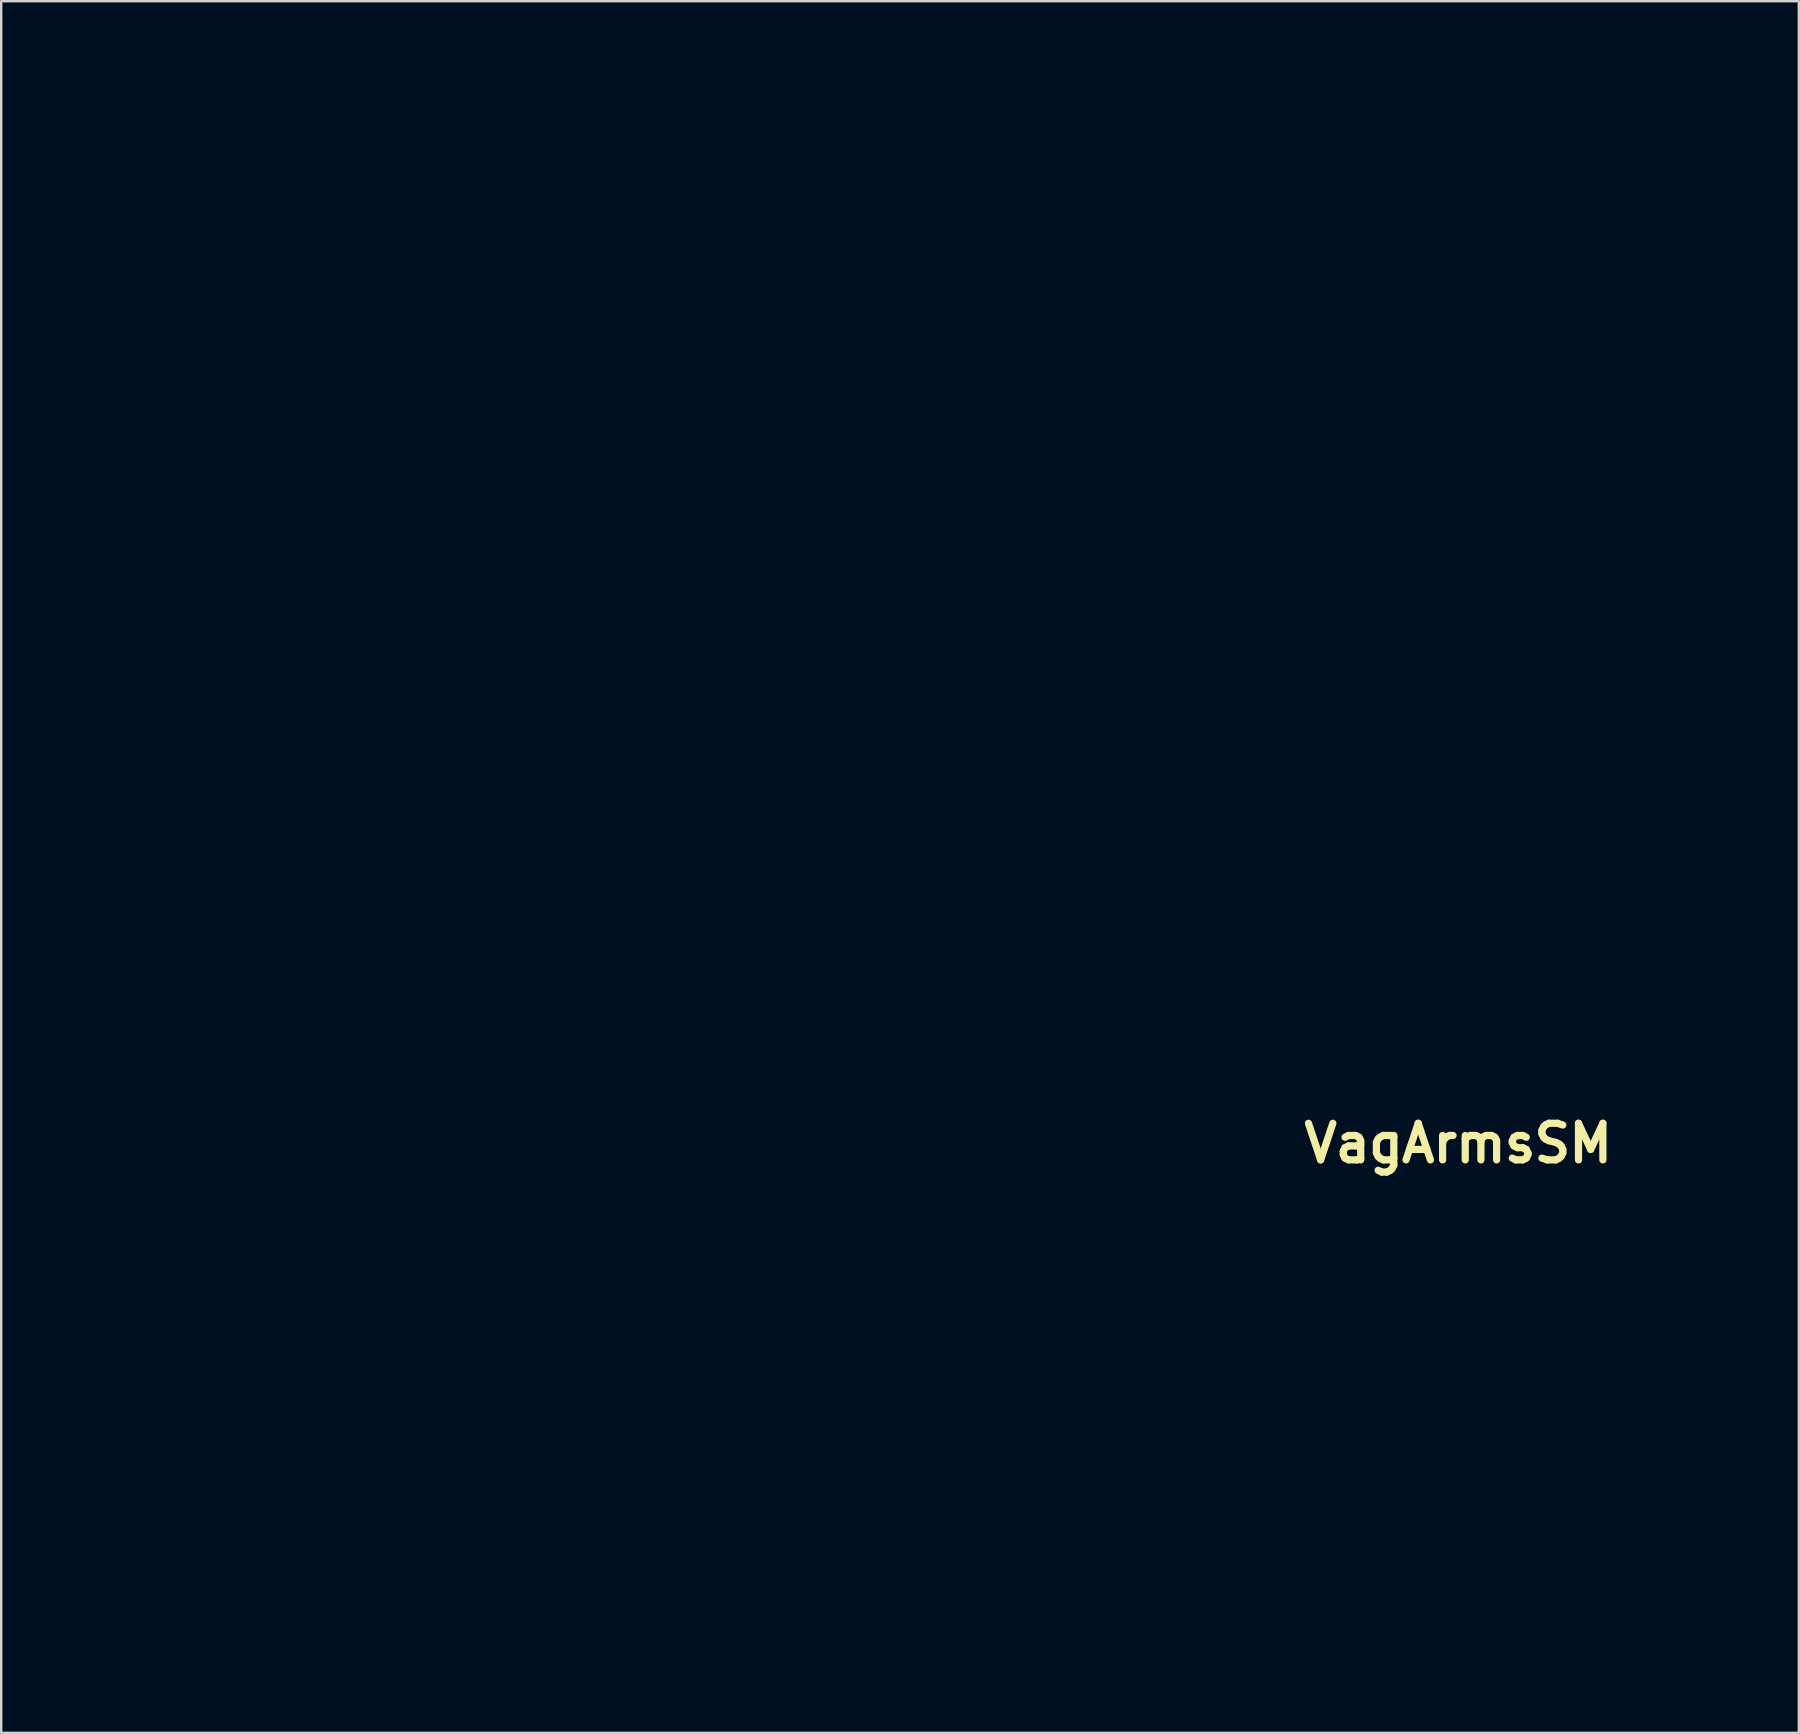
<source format=kicad_pcb>
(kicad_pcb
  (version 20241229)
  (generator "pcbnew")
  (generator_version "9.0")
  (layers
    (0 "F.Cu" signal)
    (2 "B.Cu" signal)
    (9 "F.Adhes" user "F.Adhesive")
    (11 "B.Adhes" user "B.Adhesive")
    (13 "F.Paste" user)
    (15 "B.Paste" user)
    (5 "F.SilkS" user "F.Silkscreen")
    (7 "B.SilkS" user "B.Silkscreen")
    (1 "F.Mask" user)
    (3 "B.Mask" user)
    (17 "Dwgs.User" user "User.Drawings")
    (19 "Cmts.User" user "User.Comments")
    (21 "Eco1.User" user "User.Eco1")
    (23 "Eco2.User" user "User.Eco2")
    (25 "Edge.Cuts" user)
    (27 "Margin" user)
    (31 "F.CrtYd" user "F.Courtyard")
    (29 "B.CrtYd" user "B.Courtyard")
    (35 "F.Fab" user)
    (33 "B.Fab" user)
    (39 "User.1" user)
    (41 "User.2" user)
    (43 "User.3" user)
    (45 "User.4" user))
  (footprint "VagArmsSM"
    (layer "F.Cu")
    (at 33.896 30.076)
    (property "Reference" "VagArmsSM" (at 23.8 14.5 0) (layer "F.SilkS") (effects (font (size 1.524 1.524) (thickness 0.3))))
    (attr board_only exclude_from_pos_files exclude_from_bom)
    (fp_poly (pts (xy 1.052 -30.009) (xy 2.562 -29.822) (xy 4.058 -29.515) (xy 4.128 -29.498) (xy 4.823 -29.315) (xy 5.44 -29.134) (xy 6.008 -28.943) (xy 6.555 -28.731) (xy 7.111 -28.486) (xy 7.705 -28.197) (xy 8.365 -27.853) (xy 8.606 -27.722) (xy 9.328 -27.327) (xy 9.952 -26.974) (xy 10.499 -26.653) (xy 10.984 -26.352) (xy 11.427 -26.061) (xy 11.846 -25.769) (xy 12.179 -25.524) (xy 12.559 -25.241) (xy 12.859 -25.023) (xy 13.097 -24.86) (xy 13.294 -24.739) (xy 13.469 -24.647) (xy 13.641 -24.573) (xy 13.811 -24.511) (xy 14.153 -24.417) (xy 14.613 -24.331) (xy 15.192 -24.251) (xy 15.892 -24.178) (xy 16.715 -24.112) (xy 17.662 -24.053) (xy 18.542 -24.008) (xy 19.03 -23.981) (xy 19.424 -23.949) (xy 19.756 -23.906) (xy 20.059 -23.848) (xy 20.288 -23.794) (xy 20.603 -23.717) (xy 20.994 -23.63) (xy 21.411 -23.541) (xy 21.806 -23.464) (xy 21.812 -23.462) (xy 22.635 -23.3) (xy 23.353 -23.142) (xy 23.988 -22.981) (xy 24.562 -22.813) (xy 25.098 -22.631) (xy 25.463 -22.492) (xy 26.361 -22.101) (xy 27.148 -21.688) (xy 27.819 -21.254) (xy 28.309 -20.86) (xy 28.615 -20.55) (xy 28.963 -20.136) (xy 29.346 -19.634) (xy 29.754 -19.056) (xy 30.18 -18.417) (xy 30.614 -17.729) (xy 31.049 -17.006) (xy 31.475 -16.263) (xy 31.884 -15.512) (xy 32.269 -14.768) (xy 32.619 -14.043) (xy 32.768 -13.716) (xy 33.167 -12.812) (xy 33.511 -12.004) (xy 33.805 -11.277) (xy 34.053 -10.614) (xy 34.261 -9.999) (xy 34.432 -9.418) (xy 34.573 -8.853) (xy 34.687 -8.29) (xy 34.78 -7.713) (xy 34.856 -7.104) (xy 34.894 -6.737) (xy 34.977 -5.552) (xy 34.986 -4.464) (xy 34.921 -3.466) (xy 34.781 -2.55) (xy 34.566 -1.709) (xy 34.343 -1.096) (xy 34.103 -0.598) (xy 33.778 -0.041) (xy 33.381 0.553) (xy 32.929 1.165) (xy 32.436 1.774) (xy 31.916 2.361) (xy 31.529 2.762) (xy 30.927 3.331) (xy 30.296 3.86) (xy 29.618 4.362) (xy 28.874 4.849) (xy 28.047 5.334) (xy 27.118 5.83) (xy 26.86 5.96) (xy 26.278 6.248) (xy 25.786 6.479) (xy 25.365 6.66) (xy 24.996 6.796) (xy 24.658 6.895) (xy 24.334 6.963) (xy 24.002 7.005) (xy 23.644 7.03) (xy 23.607 7.031) (xy 23.066 7.032) (xy 22.47 6.994) (xy 21.842 6.922) (xy 21.207 6.821) (xy 20.588 6.695) (xy 20.009 6.549) (xy 19.496 6.389) (xy 19.072 6.218) (xy 18.877 6.116) (xy 18.545 5.868) (xy 18.206 5.519) (xy 17.875 5.093) (xy 17.568 4.612) (xy 17.3 4.103) (xy 17.086 3.587) (xy 16.954 3.141) (xy 16.885 2.87) (xy 16.812 2.625) (xy 16.75 2.45) (xy 16.734 2.416) (xy 16.685 2.339) (xy 16.615 2.276) (xy 16.507 2.221) (xy 16.346 2.171) (xy 16.116 2.121) (xy 15.799 2.065) (xy 15.381 2) (xy 15.145 1.965) (xy 14.599 1.878) (xy 14.058 1.78) (xy 13.546 1.675) (xy 13.09 1.569) (xy 12.712 1.468) (xy 12.474 1.39) (xy 12.268 1.3) (xy 12.099 1.189) (xy 11.952 1.039) (xy 11.816 0.83) (xy 11.675 0.544) (xy 11.516 0.162) (xy 11.449 -0.008) (xy 11.253 -0.546) (xy 11.109 -1.019) (xy 11.008 -1.474) (xy 10.938 -1.956) (xy 10.889 -2.508) (xy 10.877 -2.862) (xy 10.882 -3.255) (xy 10.902 -3.659) (xy 10.935 -4.048) (xy 10.978 -4.392) (xy 11.029 -4.664) (xy 11.086 -4.837) (xy 11.207 -4.995) (xy 11.388 -5.105) (xy 11.649 -5.173) (xy 12.006 -5.204) (xy 12.222 -5.207) (xy 12.827 -5.207) (xy 12.827 -5.769) (xy 12.848 -6.16) (xy 12.916 -6.448) (xy 13.042 -6.653) (xy 13.234 -6.793) (xy 13.369 -6.848) (xy 13.564 -6.885) (xy 13.839 -6.902) (xy 14.152 -6.9) (xy 14.456 -6.879) (xy 14.708 -6.84) (xy 14.774 -6.824) (xy 14.873 -6.818) (xy 14.934 -6.88) (xy 14.961 -7.025) (xy 14.956 -7.266) (xy 14.925 -7.596) (xy 14.903 -7.85) (xy 14.885 -8.197) (xy 14.87 -8.602) (xy 14.862 -9.03) (xy 14.86 -9.336) (xy 14.869 -9.965) (xy 14.903 -10.48) (xy 14.964 -10.893) (xy 15.057 -11.215) (xy 15.186 -11.458) (xy 15.355 -11.634) (xy 15.57 -11.753) (xy 15.782 -11.817) (xy 16.179 -11.859) (xy 16.515 -11.797) (xy 16.726 -11.677) (xy 16.855 -11.559) (xy 16.954 -11.419) (xy 17.037 -11.226) (xy 17.122 -10.95) (xy 17.154 -10.828) (xy 17.191 -10.667) (xy 17.219 -10.493) (xy 17.24 -10.287) (xy 17.255 -10.029) (xy 17.264 -9.701) (xy 17.269 -9.284) (xy 17.271 -8.76) (xy 17.271 -8.747) (xy 17.27 -8.212) (xy 17.272 -7.79) (xy 17.283 -7.469) (xy 17.312 -7.234) (xy 17.365 -7.072) (xy 17.449 -6.97) (xy 17.572 -6.914) (xy 17.742 -6.891) (xy 17.964 -6.887) (xy 18.248 -6.89) (xy 18.274 -6.89) (xy 18.704 -6.878) (xy 19.031 -6.833) (xy 19.27 -6.738) (xy 19.438 -6.58) (xy 19.55 -6.342) (xy 19.621 -6.009) (xy 19.668 -5.566) (xy 19.671 -5.524) (xy 19.717 -4.921) (xy 19.907 -4.938) (xy 20.217 -4.956) (xy 20.563 -4.96) (xy 20.909 -4.953) (xy 21.219 -4.934) (xy 21.454 -4.906) (xy 21.52 -4.891) (xy 21.734 -4.812) (xy 21.903 -4.694) (xy 22.032 -4.522) (xy 22.127 -4.282) (xy 22.195 -3.959) (xy 22.24 -3.538) (xy 22.27 -3.016) (xy 22.28 -2.602) (xy 22.273 -2.259) (xy 22.244 -1.935) (xy 22.189 -1.575) (xy 22.164 -1.434) (xy 22.061 -0.92) (xy 21.955 -0.515) (xy 21.834 -0.201) (xy 21.685 0.04) (xy 21.494 0.224) (xy 21.25 0.371) (xy 20.94 0.497) (xy 20.737 0.564) (xy 20.337 0.702) (xy 19.964 0.858) (xy 19.638 1.018) (xy 19.382 1.173) (xy 19.216 1.311) (xy 19.178 1.364) (xy 19.127 1.557) (xy 19.127 1.81) (xy 19.171 2.073) (xy 19.253 2.292) (xy 19.282 2.338) (xy 19.498 2.542) (xy 19.805 2.709) (xy 20.173 2.831) (xy 20.57 2.903) (xy 20.964 2.916) (xy 21.325 2.863) (xy 21.446 2.825) (xy 21.606 2.75) (xy 21.845 2.621) (xy 22.136 2.453) (xy 22.451 2.261) (xy 22.602 2.166) (xy 22.952 1.938) (xy 23.213 1.756) (xy 23.406 1.601) (xy 23.553 1.458) (xy 23.675 1.308) (xy 23.701 1.271) (xy 24.058 0.765) (xy 24.355 0.35) (xy 24.602 0.012) (xy 24.811 -0.264) (xy 24.992 -0.492) (xy 25.156 -0.685) (xy 25.314 -0.859) (xy 25.408 -0.958) (xy 26.056 -1.536) (xy 26.77 -2.006) (xy 27.546 -2.366) (xy 28.381 -2.613) (xy 28.512 -2.64) (xy 28.819 -2.705) (xy 29.088 -2.767) (xy 29.29 -2.819) (xy 29.397 -2.856) (xy 29.397 -2.856) (xy 29.579 -3.002) (xy 29.752 -3.222) (xy 29.88 -3.465) (xy 29.906 -3.542) (xy 29.964 -3.924) (xy 29.955 -4.369) (xy 29.886 -4.85) (xy 29.766 -5.341) (xy 29.602 -5.817) (xy 29.402 -6.25) (xy 29.174 -6.614) (xy 28.928 -6.883) (xy 28.875 -6.925) (xy 28.696 -7.032) (xy 28.447 -7.153) (xy 28.176 -7.262) (xy 28.145 -7.273) (xy 27.514 -7.507) (xy 26.986 -7.729) (xy 26.54 -7.949) (xy 26.155 -8.181) (xy 25.81 -8.435) (xy 25.519 -8.688) (xy 25.129 -9.091) (xy 24.711 -9.588) (xy 24.282 -10.156) (xy 23.857 -10.77) (xy 23.454 -11.406) (xy 23.087 -12.04) (xy 22.774 -12.648) (xy 22.541 -13.176) (xy 22.392 -13.575) (xy 22.277 -13.944) (xy 22.19 -14.314) (xy 22.126 -14.713) (xy 22.078 -15.174) (xy 22.041 -15.725) (xy 22.035 -15.843) (xy 22.013 -16.243) (xy 21.991 -16.62) (xy 21.97 -16.945) (xy 21.952 -17.195) (xy 21.938 -17.335) (xy 21.923 -17.501) (xy 21.902 -17.762) (xy 21.88 -18.088) (xy 21.857 -18.448) (xy 21.849 -18.592) (xy 21.827 -18.965) (xy 21.806 -19.237) (xy 21.781 -19.434) (xy 21.746 -19.582) (xy 21.698 -19.707) (xy 21.629 -19.835) (xy 21.581 -19.916) (xy 21.308 -20.284) (xy 20.943 -20.649) (xy 20.521 -20.986) (xy 20.073 -21.267) (xy 19.675 -21.45) (xy 19.298 -21.559) (xy 18.847 -21.642) (xy 18.376 -21.692) (xy 17.936 -21.702) (xy 17.757 -21.692) (xy 17.198 -21.619) (xy 16.691 -21.503) (xy 16.219 -21.334) (xy 15.762 -21.103) (xy 15.305 -20.799) (xy 14.83 -20.414) (xy 14.319 -19.936) (xy 13.929 -19.54) (xy 13.511 -19.097) (xy 13.138 -18.685) (xy 12.802 -18.29) (xy 12.494 -17.896) (xy 12.204 -17.492) (xy 11.924 -17.061) (xy 11.644 -16.59) (xy 11.356 -16.066) (xy 11.051 -15.472) (xy 10.719 -14.797) (xy 10.351 -14.024) (xy 10.167 -13.632) (xy 9.938 -13.149) (xy 9.702 -12.665) (xy 9.47 -12.204) (xy 9.254 -11.788) (xy 9.066 -11.439) (xy 8.917 -11.181) (xy 8.902 -11.156) (xy 8.681 -10.798) (xy 8.51 -10.509) (xy 8.371 -10.255) (xy 8.245 -9.999) (xy 8.114 -9.707) (xy 7.961 -9.344) (xy 7.904 -9.207) (xy 7.691 -8.674) (xy 7.503 -8.168) (xy 7.332 -7.659) (xy 7.168 -7.116) (xy 7 -6.508) (xy 6.828 -5.842) (xy 6.657 -5.155) (xy 6.517 -4.574) (xy 6.403 -4.08) (xy 6.314 -3.656) (xy 6.247 -3.285) (xy 6.198 -2.95) (xy 6.166 -2.633) (xy 6.146 -2.316) (xy 6.136 -1.982) (xy 6.133 -1.619) (xy 6.137 -1.13) (xy 6.15 -0.733) (xy 6.176 -0.391) (xy 6.216 -0.07) (xy 6.273 0.265) (xy 6.273 0.266) (xy 6.388 0.83) (xy 6.511 1.319) (xy 6.653 1.761) (xy 6.827 2.187) (xy 7.043 2.626) (xy 7.315 3.106) (xy 7.654 3.656) (xy 7.654 3.656) (xy 7.991 4.203) (xy 8.263 4.677) (xy 8.482 5.106) (xy 8.661 5.519) (xy 8.813 5.943) (xy 8.95 6.406) (xy 9.019 6.668) (xy 9.11 7.161) (xy 9.144 7.71) (xy 9.121 8.325) (xy 9.038 9.015) (xy 8.896 9.791) (xy 8.694 10.664) (xy 8.593 11.049) (xy 8.489 11.44) (xy 8.377 11.861) (xy 8.272 12.26) (xy 8.189 12.573) (xy 8.067 13.099) (xy 7.946 13.739) (xy 7.827 14.483) (xy 7.713 15.316) (xy 7.604 16.227) (xy 7.502 17.205) (xy 7.409 18.235) (xy 7.335 19.177) (xy 7.283 19.903) (xy 7.237 20.522) (xy 7.195 21.054) (xy 7.156 21.518) (xy 7.117 21.933) (xy 7.076 22.32) (xy 7.032 22.697) (xy 6.981 23.085) (xy 6.922 23.503) (xy 6.853 23.97) (xy 6.771 24.507) (xy 6.732 24.765) (xy 6.649 25.323) (xy 6.559 25.961) (xy 6.468 26.633) (xy 6.382 27.293) (xy 6.307 27.895) (xy 6.287 28.067) (xy 6.195 28.796) (xy 6.096 29.482) (xy 5.993 30.098) (xy 5.891 30.62) (xy 5.866 30.734) (xy 5.73 31.343) (xy 5.627 31.85) (xy 5.554 32.276) (xy 5.508 32.643) (xy 5.486 32.97) (xy 5.487 33.278) (xy 5.507 33.589) (xy 5.514 33.656) (xy 5.555 33.995) (xy 5.608 34.272) (xy 5.688 34.539) (xy 5.809 34.847) (xy 5.869 34.99) (xy 5.985 35.265) (xy 6.078 35.505) (xy 6.14 35.682) (xy 6.158 35.762) (xy 6.106 35.921) (xy 5.959 36.022) (xy 5.741 36.059) (xy 5.472 36.025) (xy 5.366 35.993) (xy 5.255 35.954) (xy 5.044 35.877) (xy 4.75 35.77) (xy 4.393 35.64) (xy 3.99 35.492) (xy 3.645 35.366) (xy 3.06 35.152) (xy 2.577 34.979) (xy 2.178 34.842) (xy 1.847 34.737) (xy 1.566 34.66) (xy 1.32 34.607) (xy 1.09 34.573) (xy 0.86 34.554) (xy 0.612 34.546) (xy 0.366 34.544) (xy -0.61 34.586) (xy -1.52 34.712) (xy -2.353 34.919) (xy -3.097 35.205) (xy -3.242 35.275) (xy -3.735 35.504) (xy -4.156 35.653) (xy -4.529 35.729) (xy -4.876 35.739) (xy -4.896 35.738) (xy -5.212 35.684) (xy -5.416 35.579) (xy -5.504 35.421) (xy -5.5 35.296) (xy -5.451 35.164) (xy -5.349 34.964) (xy -5.214 34.733) (xy -5.168 34.66) (xy -4.955 34.322) (xy -4.804 34.055) (xy -4.704 33.824) (xy -4.645 33.595) (xy -4.618 33.334) (xy -4.61 33.007) (xy -4.611 32.798) (xy -4.633 32.132) (xy -4.691 31.411) (xy -4.784 30.626) (xy -4.916 29.766) (xy -5.087 28.822) (xy -5.299 27.782) (xy -5.554 26.636) (xy -5.645 26.247) (xy -5.906 25.126) (xy -6.137 24.113) (xy -6.34 23.192) (xy -6.519 22.347) (xy -6.676 21.563) (xy -6.815 20.824) (xy -6.939 20.116) (xy -7.05 19.423) (xy -7.152 18.729) (xy -7.238 18.098) (xy -7.327 17.43) (xy -7.423 16.743) (xy -7.522 16.055) (xy -7.622 15.386) (xy -7.72 14.755) (xy -7.812 14.181) (xy -7.896 13.682) (xy -7.97 13.278) (xy -8.009 13.081) (xy -8.068 12.808) (xy -8.13 12.553) (xy -8.201 12.295) (xy -8.286 12.012) (xy -8.394 11.684) (xy -8.53 11.29) (xy -8.702 10.808) (xy -8.8 10.535) (xy -8.971 10.054) (xy -9.103 9.669) (xy -9.199 9.356) (xy -9.266 9.093) (xy -9.309 8.857) (xy -9.332 8.625) (xy -9.34 8.373) (xy -9.341 8.147) (xy -9.309 7.527) (xy -9.214 6.963) (xy -9.046 6.422) (xy -8.795 5.871) (xy -8.464 5.299) (xy -8.298 5.031) (xy -8.156 4.788) (xy -8.027 4.548) (xy -7.899 4.287) (xy -7.76 3.981) (xy -7.599 3.606) (xy -7.404 3.139) (xy -7.38 3.08) (xy -7.068 2.309) (xy -6.81 1.629) (xy -6.599 1.019) (xy -6.43 0.458) (xy -6.296 -0.075) (xy -6.191 -0.603) (xy -6.11 -1.145) (xy -6.057 -1.605) (xy -6.004 -2.344) (xy -5.986 -3.123) (xy -6.002 -3.919) (xy -6.049 -4.709) (xy -6.126 -5.471) (xy -6.231 -6.182) (xy -6.361 -6.818) (xy -6.516 -7.357) (xy -6.553 -7.461) (xy -6.678 -7.755) (xy -6.862 -8.13) (xy -7.092 -8.564) (xy -7.357 -9.033) (xy -7.472 -9.23) (xy -7.662 -9.562) (xy -7.89 -9.984) (xy -8.145 -10.471) (xy -8.414 -10.999) (xy -8.684 -11.541) (xy -8.943 -12.072) (xy -9.177 -12.567) (xy -9.374 -13) (xy -9.39 -13.039) (xy -9.563 -13.447) (xy -9.769 -13.954) (xy -9.998 -14.538) (xy -10.243 -15.179) (xy -10.497 -15.855) (xy -10.749 -16.544) (xy -10.954 -17.113) (xy -11.238 -17.878) (xy -11.513 -18.538) (xy -11.791 -19.114) (xy -12.084 -19.626) (xy -12.404 -20.094) (xy -12.762 -20.54) (xy -13.172 -20.983) (xy -13.291 -21.104) (xy -13.678 -21.463) (xy -14.044 -21.735) (xy -14.415 -21.93) (xy -14.82 -22.058) (xy -15.284 -22.132) (xy -15.837 -22.16) (xy -16.017 -22.162) (xy -16.705 -22.12) (xy -17.31 -21.996) (xy -17.825 -21.792) (xy -18.249 -21.51) (xy -18.574 -21.152) (xy -18.682 -20.978) (xy -18.745 -20.831) (xy -18.833 -20.58) (xy -18.941 -20.246) (xy -19.061 -19.846) (xy -19.188 -19.402) (xy -19.294 -19.018) (xy -19.51 -18.242) (xy -19.735 -17.483) (xy -19.964 -16.76) (xy -20.189 -16.092) (xy -20.406 -15.495) (xy -20.607 -14.989) (xy -20.766 -14.637) (xy -20.958 -14.287) (xy -21.214 -13.906) (xy -21.542 -13.482) (xy -21.95 -13.006) (xy -22.445 -12.469) (xy -22.826 -12.074) (xy -23.224 -11.672) (xy -23.566 -11.34) (xy -23.874 -11.064) (xy -24.169 -10.83) (xy -24.472 -10.624) (xy -24.805 -10.431) (xy -25.188 -10.238) (xy -25.644 -10.029) (xy -26.192 -9.791) (xy -26.31 -9.741) (xy -26.756 -9.549) (xy -27.107 -9.389) (xy -27.384 -9.248) (xy -27.61 -9.111) (xy -27.807 -8.965) (xy -27.997 -8.796) (xy -28.202 -8.588) (xy -28.307 -8.477) (xy -28.752 -7.95) (xy -29.08 -7.436) (xy -29.301 -6.915) (xy -29.422 -6.37) (xy -29.449 -5.781) (xy -29.442 -5.62) (xy -29.392 -5.068) (xy -29.309 -4.602) (xy -29.178 -4.194) (xy -28.988 -3.817) (xy -28.725 -3.444) (xy -28.377 -3.048) (xy -28.097 -2.762) (xy -27.68 -2.332) (xy -27.234 -1.838) (xy -26.785 -1.312) (xy -26.361 -0.787) (xy -25.988 -0.295) (xy -25.793 -0.018) (xy -25.554 0.367) (xy -25.306 0.823) (xy -25.075 1.298) (xy -24.887 1.742) (xy -24.873 1.78) (xy -24.61 2.379) (xy -24.305 2.869) (xy -23.948 3.266) (xy -23.526 3.583) (xy -23.463 3.622) (xy -23.136 3.743) (xy -22.735 3.768) (xy -22.268 3.699) (xy -21.745 3.537) (xy -21.173 3.283) (xy -21.168 3.281) (xy -20.821 3.085) (xy -20.58 2.891) (xy -20.428 2.67) (xy -20.348 2.396) (xy -20.321 2.041) (xy -20.32 1.968) (xy -20.337 1.612) (xy -20.389 1.367) (xy -20.48 1.223) (xy -20.556 1.18) (xy -20.673 1.155) (xy -20.876 1.121) (xy -21.124 1.086) (xy -21.168 1.081) (xy -21.72 0.95) (xy -22.22 0.708) (xy -22.661 0.364) (xy -23.035 -0.075) (xy -23.336 -0.6) (xy -23.557 -1.203) (xy -23.68 -1.802) (xy -23.712 -2.11) (xy -23.733 -2.486) (xy -23.743 -2.895) (xy -23.743 -3.303) (xy -23.732 -3.676) (xy -23.709 -3.98) (xy -23.689 -4.126) (xy -23.594 -4.386) (xy -23.417 -4.583) (xy -23.15 -4.72) (xy -22.784 -4.801) (xy -22.31 -4.831) (xy -22.193 -4.832) (xy -21.606 -4.827) (xy -21.567 -5.065) (xy -21.544 -5.271) (xy -21.529 -5.527) (xy -21.527 -5.652) (xy -21.507 -5.923) (xy -21.439 -6.138) (xy -21.303 -6.317) (xy -21.082 -6.484) (xy -20.759 -6.661) (xy -20.725 -6.678) (xy -20.455 -6.808) (xy -20.257 -6.888) (xy -20.089 -6.929) (xy -19.912 -6.941) (xy -19.735 -6.938) (xy -19.504 -6.933) (xy -19.367 -6.945) (xy -19.293 -6.983) (xy -19.25 -7.056) (xy -19.24 -7.083) (xy -19.191 -7.247) (xy -19.143 -7.488) (xy -19.095 -7.815) (xy -19.045 -8.24) (xy -18.992 -8.774) (xy -18.952 -9.207) (xy -18.89 -9.86) (xy -18.827 -10.397) (xy -18.76 -10.828) (xy -18.688 -11.164) (xy -18.607 -11.416) (xy -18.515 -11.595) (xy -18.409 -11.71) (xy -18.355 -11.746) (xy -18.236 -11.776) (xy -18.03 -11.799) (xy -17.775 -11.81) (xy -17.705 -11.811) (xy -17.309 -11.79) (xy -17.013 -11.72) (xy -16.793 -11.594) (xy -16.629 -11.402) (xy -16.607 -11.367) (xy -16.572 -11.3) (xy -16.544 -11.227) (xy -16.522 -11.131) (xy -16.506 -11) (xy -16.494 -10.819) (xy -16.486 -10.573) (xy -16.481 -10.25) (xy -16.479 -9.834) (xy -16.478 -9.312) (xy -16.478 -9.033) (xy -16.478 -6.921) (xy -16.173 -6.921) (xy -15.933 -6.905) (xy -15.65 -6.863) (xy -15.365 -6.803) (xy -15.116 -6.734) (xy -14.942 -6.664) (xy -14.909 -6.643) (xy -14.768 -6.46) (xy -14.688 -6.17) (xy -14.668 -5.876) (xy -14.668 -5.538) (xy -14.312 -5.533) (xy -13.965 -5.489) (xy -13.637 -5.375) (xy -13.371 -5.208) (xy -13.301 -5.141) (xy -13.264 -5.091) (xy -13.237 -5.021) (xy -13.217 -4.914) (xy -13.205 -4.754) (xy -13.198 -4.525) (xy -13.196 -4.21) (xy -13.199 -3.792) (xy -13.201 -3.561) (xy -13.206 -3.057) (xy -13.214 -2.654) (xy -13.227 -2.326) (xy -13.247 -2.044) (xy -13.276 -1.784) (xy -13.318 -1.518) (xy -13.375 -1.221) (xy -13.449 -0.865) (xy -13.458 -0.826) (xy -13.557 -0.37) (xy -13.642 -0.022) (xy -13.716 0.234) (xy -13.786 0.417) (xy -13.856 0.544) (xy -13.923 0.621) (xy -14.154 0.782) (xy -14.478 0.918) (xy -14.904 1.031) (xy -15.438 1.121) (xy -16.089 1.191) (xy -16.286 1.206) (xy -16.717 1.245) (xy -17.061 1.289) (xy -17.304 1.336) (xy -17.414 1.373) (xy -17.553 1.48) (xy -17.672 1.654) (xy -17.777 1.911) (xy -17.876 2.265) (xy -17.967 2.695) (xy -18.095 3.321) (xy -18.219 3.839) (xy -18.346 4.266) (xy -18.484 4.622) (xy -18.641 4.924) (xy -18.822 5.19) (xy -19.037 5.438) (xy -19.089 5.492) (xy -19.312 5.695) (xy -19.561 5.871) (xy -19.856 6.029) (xy -20.219 6.179) (xy -20.668 6.33) (xy -21.146 6.471) (xy -21.766 6.641) (xy -22.296 6.769) (xy -22.764 6.858) (xy -23.196 6.908) (xy -23.621 6.92) (xy -24.064 6.895) (xy -24.552 6.834) (xy -25.114 6.739) (xy -25.654 6.634) (xy -26.224 6.515) (xy -26.686 6.409) (xy -27.06 6.307) (xy -27.363 6.202) (xy -27.613 6.087) (xy -27.829 5.954) (xy -28.029 5.798) (xy -28.228 5.613) (xy -28.421 5.401) (xy -28.671 5.099) (xy -28.963 4.721) (xy -29.287 4.284) (xy -29.632 3.805) (xy -29.984 3.301) (xy -30.334 2.786) (xy -30.668 2.279) (xy -30.976 1.796) (xy -31.165 1.487) (xy -31.38 1.113) (xy -31.631 0.649) (xy -31.905 0.122) (xy -32.19 -0.442) (xy -32.471 -1.016) (xy -32.736 -1.573) (xy -32.97 -2.086) (xy -33.162 -2.529) (xy -33.166 -2.54) (xy -33.383 -3.077) (xy -33.551 -3.527) (xy -33.677 -3.917) (xy -33.768 -4.274) (xy -33.829 -4.623) (xy -33.867 -4.994) (xy -33.89 -5.412) (xy -33.893 -5.506) (xy -33.896 -6.127) (xy -33.862 -6.748) (xy -33.787 -7.382) (xy -33.67 -8.04) (xy -33.506 -8.735) (xy -33.292 -9.479) (xy -33.025 -10.284) (xy -32.703 -11.162) (xy -32.321 -12.126) (xy -31.902 -13.128) (xy -31.567 -13.896) (xy -31.248 -14.582) (xy -30.935 -15.203) (xy -30.617 -15.775) (xy -30.281 -16.313) (xy -29.917 -16.834) (xy -29.513 -17.354) (xy -29.059 -17.889) (xy -28.542 -18.454) (xy -27.952 -19.066) (xy -27.276 -19.741) (xy -27.169 -19.847) (xy -26.562 -20.439) (xy -26.026 -20.947) (xy -25.549 -21.383) (xy -25.115 -21.758) (xy -24.713 -22.081) (xy -24.329 -22.365) (xy -23.948 -22.621) (xy -23.558 -22.858) (xy -23.177 -23.07) (xy -22.522 -23.399) (xy -22.265 -23.512) (xy -9.675 -23.512) (xy -9.646 -23.472) (xy -9.523 -23.387) (xy -9.326 -23.271) (xy -9.105 -23.152) (xy -8.509 -22.819) (xy -7.955 -22.454) (xy -7.424 -22.043) (xy -6.899 -21.57) (xy -6.364 -21.021) (xy -5.801 -20.38) (xy -5.488 -20.001) (xy -5.186 -19.618) (xy -4.939 -19.268) (xy -4.738 -18.932) (xy -4.577 -18.588) (xy -4.449 -18.218) (xy -4.346 -17.8) (xy -4.262 -17.315) (xy -4.19 -16.743) (xy -4.126 -16.096) (xy -4.085 -15.69) (xy -4.038 -15.347) (xy -3.978 -15.046) (xy -3.896 -14.765) (xy -3.783 -14.483) (xy -3.63 -14.178) (xy -3.43 -13.828) (xy -3.174 -13.412) (xy -2.923 -13.017) (xy -2.551 -12.425) (xy -2.247 -11.909) (xy -1.999 -11.444) (xy -1.797 -11.005) (xy -1.632 -10.567) (xy -1.492 -10.106) (xy -1.367 -9.597) (xy -1.248 -9.014) (xy -1.242 -8.985) (xy -1.173 -8.618) (xy -1.114 -8.298) (xy -1.064 -8.005) (xy -1.021 -7.717) (xy -0.98 -7.416) (xy -0.94 -7.082) (xy -0.899 -6.693) (xy -0.853 -6.23) (xy -0.8 -5.674) (xy -0.763 -5.276) (xy -0.687 -4.423) (xy -0.632 -3.676) (xy -0.597 -3.018) (xy -0.58 -2.428) (xy -0.582 -1.889) (xy -0.603 -1.382) (xy -0.641 -0.888) (xy -0.664 -0.667) (xy -0.736 0.029) (xy -0.793 0.66) (xy -0.834 1.256) (xy -0.861 1.844) (xy -0.874 2.453) (xy -0.876 3.112) (xy -0.867 3.848) (xy -0.854 4.445) (xy -0.835 5.225) (xy -0.82 5.89) (xy -0.809 6.45) (xy -0.802 6.916) (xy -0.799 7.3) (xy -0.802 7.612) (xy -0.809 7.864) (xy -0.822 8.067) (xy -0.84 8.231) (xy -0.863 8.369) (xy -0.893 8.491) (xy -0.929 8.608) (xy -0.945 8.656) (xy -1.136 9.076) (xy -1.385 9.392) (xy -1.686 9.597) (xy -1.841 9.653) (xy -2.199 9.706) (xy -2.634 9.7) (xy -3.115 9.639) (xy -3.608 9.526) (xy -3.81 9.465) (xy -4.341 9.267) (xy -4.795 9.043) (xy -5.225 8.766) (xy -5.529 8.533) (xy -5.793 8.334) (xy -5.988 8.226) (xy -6.132 8.206) (xy -6.243 8.271) (xy -6.324 8.394) (xy -6.388 8.564) (xy -6.407 8.76) (xy -6.379 8.997) (xy -6.299 9.291) (xy -6.163 9.659) (xy -5.969 10.117) (xy -5.914 10.241) (xy -5.66 10.83) (xy -5.418 11.434) (xy -5.198 12.029) (xy -5.007 12.59) (xy -4.854 13.09) (xy -4.75 13.507) (xy -4.739 13.557) (xy -4.677 13.941) (xy -4.619 14.442) (xy -4.566 15.048) (xy -4.519 15.75) (xy -4.479 16.537) (xy -4.478 16.573) (xy -4.432 17.57) (xy -4.384 18.464) (xy -4.332 19.281) (xy -4.272 20.045) (xy -4.203 20.782) (xy -4.121 21.515) (xy -4.024 22.27) (xy -3.91 23.073) (xy -3.776 23.946) (xy -3.619 24.916) (xy -3.614 24.947) (xy -3.53 25.481) (xy -3.446 26.072) (xy -3.367 26.676) (xy -3.298 27.25) (xy -3.246 27.751) (xy -3.238 27.836) (xy -3.19 28.324) (xy -3.132 28.85) (xy -3.068 29.372) (xy -3.004 29.848) (xy -2.952 30.194) (xy -2.885 30.622) (xy -2.816 31.086) (xy -2.753 31.535) (xy -2.703 31.921) (xy -2.693 32.004) (xy -2.65 32.334) (xy -2.606 32.641) (xy -2.565 32.89) (xy -2.533 33.045) (xy -2.467 33.292) (xy -2.043 33.254) (xy -1.802 33.224) (xy -1.485 33.169) (xy -1.137 33.1) (xy -0.889 33.045) (xy 0.032 32.893) (xy 0.974 32.863) (xy 1.925 32.957) (xy 2.232 33.013) (xy 2.531 33.07) (xy 2.79 33.11) (xy 2.981 33.13) (xy 3.074 33.126) (xy 3.13 33.075) (xy 3.162 32.958) (xy 3.174 32.748) (xy 3.175 32.655) (xy 3.178 32.469) (xy 3.192 32.296) (xy 3.22 32.113) (xy 3.269 31.894) (xy 3.344 31.617) (xy 3.449 31.255) (xy 3.519 31.02) (xy 3.625 30.6) (xy 3.699 30.137) (xy 3.745 29.623) (xy 3.784 29.205) (xy 3.852 28.707) (xy 3.949 28.115) (xy 4.079 27.419) (xy 4.155 27.04) (xy 4.263 26.497) (xy 4.348 26.053) (xy 4.414 25.679) (xy 4.464 25.351) (xy 4.501 25.041) (xy 4.53 24.723) (xy 4.554 24.371) (xy 4.577 23.96) (xy 4.602 23.515) (xy 4.636 22.981) (xy 4.677 22.393) (xy 4.722 21.787) (xy 4.769 21.202) (xy 4.797 20.86) (xy 4.843 20.28) (xy 4.89 19.617) (xy 4.934 18.914) (xy 4.973 18.215) (xy 5.004 17.563) (xy 5.018 17.209) (xy 5.064 16.138) (xy 5.121 15.182) (xy 5.192 14.327) (xy 5.279 13.561) (xy 5.383 12.871) (xy 5.507 12.245) (xy 5.654 11.669) (xy 5.824 11.131) (xy 6.02 10.618) (xy 6.165 10.287) (xy 6.364 9.822) (xy 6.517 9.399) (xy 6.616 9.037) (xy 6.658 8.754) (xy 6.656 8.65) (xy 6.631 8.541) (xy 6.566 8.494) (xy 6.422 8.487) (xy 6.373 8.489) (xy 6.231 8.512) (xy 5.992 8.57) (xy 5.681 8.656) (xy 5.323 8.763) (xy 4.94 8.885) (xy 4.94 8.885) (xy 4.446 9.043) (xy 4.051 9.157) (xy 3.733 9.23) (xy 3.475 9.263) (xy 3.255 9.261) (xy 3.055 9.226) (xy 2.901 9.179) (xy 2.707 9.099) (xy 2.549 9.001) (xy 2.423 8.872) (xy 2.322 8.697) (xy 2.241 8.461) (xy 2.174 8.151) (xy 2.117 7.751) (xy 2.064 7.248) (xy 2.03 6.878) (xy 1.984 6.361) (xy 1.93 5.794) (xy 1.874 5.221) (xy 1.82 4.684) (xy 1.772 4.23) (xy 1.771 4.223) (xy 1.723 3.741) (xy 1.679 3.205) (xy 1.642 2.664) (xy 1.616 2.171) (xy 1.607 1.937) (xy 1.6 1.544) (xy 1.598 1.063) (xy 1.601 0.51) (xy 1.607 -0.1) (xy 1.618 -0.748) (xy 1.631 -1.418) (xy 1.648 -2.093) (xy 1.667 -2.757) (xy 1.687 -3.394) (xy 1.71 -3.985) (xy 1.733 -4.515) (xy 1.757 -4.967) (xy 1.781 -5.325) (xy 1.804 -5.556) (xy 1.845 -5.904) (xy 1.892 -6.331) (xy 1.94 -6.789) (xy 1.985 -7.231) (xy 1.997 -7.354) (xy 2.061 -7.944) (xy 2.134 -8.463) (xy 2.225 -8.946) (xy 2.342 -9.429) (xy 2.492 -9.945) (xy 2.683 -10.529) (xy 2.771 -10.785) (xy 3.048 -11.631) (xy 3.323 -12.566) (xy 3.586 -13.555) (xy 3.828 -14.561) (xy 4.039 -15.546) (xy 4.094 -15.825) (xy 4.22 -16.462) (xy 4.342 -16.997) (xy 4.467 -17.458) (xy 4.606 -17.868) (xy 4.77 -18.252) (xy 4.967 -18.638) (xy 5.208 -19.048) (xy 5.502 -19.509) (xy 5.58 -19.628) (xy 5.993 -20.228) (xy 6.382 -20.741) (xy 6.772 -21.188) (xy 7.184 -21.59) (xy 7.64 -21.969) (xy 8.163 -22.344) (xy 8.775 -22.739) (xy 8.985 -22.868) (xy 9.248 -23.034) (xy 9.465 -23.183) (xy 9.617 -23.301) (xy 9.683 -23.372) (xy 9.684 -23.378) (xy 9.623 -23.474) (xy 9.45 -23.577) (xy 9.18 -23.68) (xy 8.828 -23.778) (xy 8.408 -23.866) (xy 8.328 -23.88) (xy 7.958 -23.95) (xy 7.569 -24.037) (xy 7.213 -24.128) (xy 6.995 -24.193) (xy 6.656 -24.297) (xy 6.222 -24.421) (xy 5.721 -24.558) (xy 5.181 -24.699) (xy 4.63 -24.838) (xy 4.098 -24.968) (xy 3.612 -25.082) (xy 3.2 -25.171) (xy 2.985 -25.213) (xy 2.754 -25.252) (xy 2.521 -25.284) (xy 2.266 -25.31) (xy 1.972 -25.33) (xy 1.62 -25.347) (xy 1.193 -25.361) (xy 0.671 -25.372) (xy 0.159 -25.381) (xy -0.544 -25.391) (xy -1.129 -25.393) (xy -1.607 -25.389) (xy -1.987 -25.377) (xy -2.278 -25.359) (xy -2.457 -25.338) (xy -2.699 -25.289) (xy -3.031 -25.204) (xy -3.425 -25.09) (xy -3.853 -24.956) (xy -4.171 -24.849) (xy -4.839 -24.619) (xy -5.403 -24.426) (xy -5.878 -24.266) (xy -6.281 -24.136) (xy -6.627 -24.031) (xy -6.931 -23.946) (xy -7.21 -23.879) (xy -7.479 -23.824) (xy -7.754 -23.777) (xy -8.051 -23.735) (xy -8.386 -23.693) (xy -8.73 -23.652) (xy -9.055 -23.612) (xy -9.334 -23.574) (xy -9.545 -23.541) (xy -9.661 -23.518) (xy -9.675 -23.512) (xy -22.265 -23.512) (xy -21.803 -23.716) (xy -21.05 -24.011) (xy -20.292 -24.272) (xy -19.561 -24.49) (xy -18.885 -24.654) (xy -18.479 -24.728) (xy -18.354 -24.74) (xy -18.124 -24.756) (xy -17.806 -24.775) (xy -17.423 -24.795) (xy -16.995 -24.816) (xy -16.669 -24.83) (xy -16.062 -24.857) (xy -15.564 -24.882) (xy -15.157 -24.91) (xy -14.822 -24.945) (xy -14.541 -24.993) (xy -14.297 -25.058) (xy -14.071 -25.144) (xy -13.845 -25.256) (xy -13.6 -25.398) (xy -13.32 -25.576) (xy -13.071 -25.738) (xy -12.107 -26.346) (xy -11.138 -26.924) (xy -10.183 -27.461) (xy -9.264 -27.945) (xy -8.402 -28.364) (xy -7.782 -28.639) (xy -6.385 -29.161) (xy -4.945 -29.566) (xy -3.472 -29.854) (xy -1.975 -30.024) (xy -0.464 -30.076)) (stroke (width 0) (type solid)) (fill yes) (layer "F.Mask")))
  (gr_rect
    (start -3 -3)
    (end 71.882 69.135)
    (stroke (width 0.1) (type default))
    (fill no)
    (layer "Edge.Cuts")))
</source>
